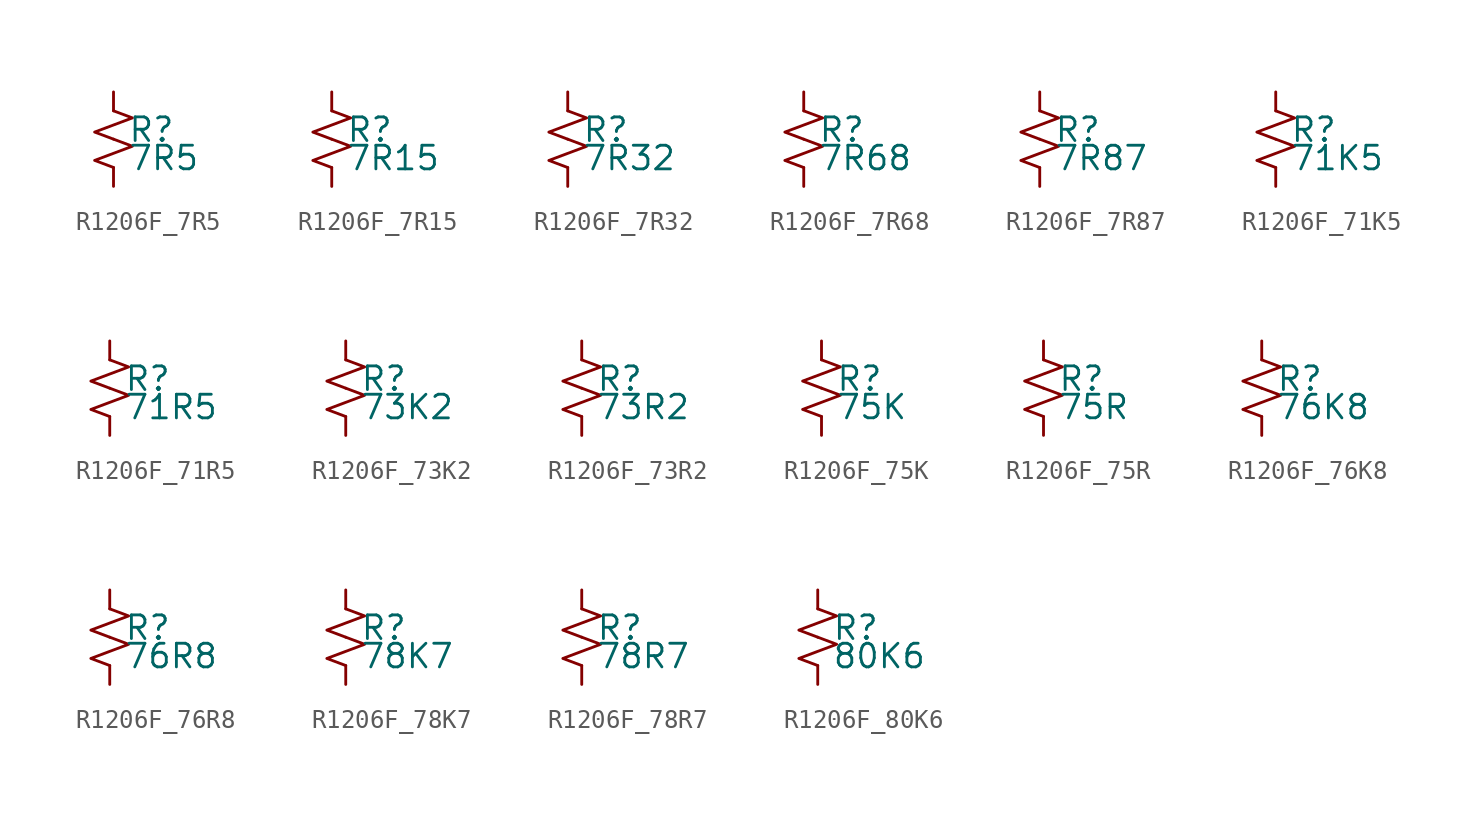
<source format=kicad_sym>
(kicad_symbol_lib
  (version 20220914)
  (generator kicad_symbol_editor)
  (symbol "R1206F_7R5"
    (pin_numbers hide)
    (pin_names
      (offset 0.254) hide)
    (property "Reference" "R"
      (at 0.762 0.508 0)
      (effects (font (size 1.27 1.27)) (justify left)))
    (property "Value" "7R5"
      (at 0.762 -1.016 0)
      (effects (font (size 1.27 1.27)) (justify left)))
    (symbol "R1206F_7R5_1_1"
      (polyline (pts (xy 0 0) (xy 1.016 -0.381) (xy 0 -0.762) (xy -1.016 -1.143) (xy 0 -1.524)) (stroke (width 0) (type default)) (fill (type none)))
      (polyline (pts (xy 0 1.524) (xy 1.016 1.143) (xy 0 0.762) (xy -1.016 0.381) (xy 0 0)) (stroke (width 0) (type default)) (fill (type none)))
      (pin passive line (at 0 2.54 270) (length 1.016) (name "~" (effects (font (size 1.27 1.27)))) (number "1" (effects (font (size 1.27 1.27)))))
      (pin passive line (at 0 -2.54 90) (length 1.016) (name "~" (effects (font (size 1.27 1.27)))) (number "2" (effects (font (size 1.27 1.27)))))))
  (symbol "R1206F_7R15"
    (pin_numbers hide)
    (pin_names
      (offset 0.254) hide)
    (property "Reference" "R"
      (at 0.762 0.508 0)
      (effects (font (size 1.27 1.27)) (justify left)))
    (property "Value" "7R15"
      (at 0.762 -1.016 0)
      (effects (font (size 1.27 1.27)) (justify left)))
    (symbol "R1206F_7R15_1_1"
      (polyline (pts (xy 0 0) (xy 1.016 -0.381) (xy 0 -0.762) (xy -1.016 -1.143) (xy 0 -1.524)) (stroke (width 0) (type default)) (fill (type none)))
      (polyline (pts (xy 0 1.524) (xy 1.016 1.143) (xy 0 0.762) (xy -1.016 0.381) (xy 0 0)) (stroke (width 0) (type default)) (fill (type none)))
      (pin passive line (at 0 2.54 270) (length 1.016) (name "~" (effects (font (size 1.27 1.27)))) (number "1" (effects (font (size 1.27 1.27)))))
      (pin passive line (at 0 -2.54 90) (length 1.016) (name "~" (effects (font (size 1.27 1.27)))) (number "2" (effects (font (size 1.27 1.27)))))))
  (symbol "R1206F_7R32"
    (pin_numbers hide)
    (pin_names
      (offset 0.254) hide)
    (property "Reference" "R"
      (at 0.762 0.508 0)
      (effects (font (size 1.27 1.27)) (justify left)))
    (property "Value" "7R32"
      (at 0.762 -1.016 0)
      (effects (font (size 1.27 1.27)) (justify left)))
    (symbol "R1206F_7R32_1_1"
      (polyline (pts (xy 0 0) (xy 1.016 -0.381) (xy 0 -0.762) (xy -1.016 -1.143) (xy 0 -1.524)) (stroke (width 0) (type default)) (fill (type none)))
      (polyline (pts (xy 0 1.524) (xy 1.016 1.143) (xy 0 0.762) (xy -1.016 0.381) (xy 0 0)) (stroke (width 0) (type default)) (fill (type none)))
      (pin passive line (at 0 2.54 270) (length 1.016) (name "~" (effects (font (size 1.27 1.27)))) (number "1" (effects (font (size 1.27 1.27)))))
      (pin passive line (at 0 -2.54 90) (length 1.016) (name "~" (effects (font (size 1.27 1.27)))) (number "2" (effects (font (size 1.27 1.27)))))))
  (symbol "R1206F_7R68"
    (pin_numbers hide)
    (pin_names
      (offset 0.254) hide)
    (property "Reference" "R"
      (at 0.762 0.508 0)
      (effects (font (size 1.27 1.27)) (justify left)))
    (property "Value" "7R68"
      (at 0.762 -1.016 0)
      (effects (font (size 1.27 1.27)) (justify left)))
    (symbol "R1206F_7R68_1_1"
      (polyline (pts (xy 0 0) (xy 1.016 -0.381) (xy 0 -0.762) (xy -1.016 -1.143) (xy 0 -1.524)) (stroke (width 0) (type default)) (fill (type none)))
      (polyline (pts (xy 0 1.524) (xy 1.016 1.143) (xy 0 0.762) (xy -1.016 0.381) (xy 0 0)) (stroke (width 0) (type default)) (fill (type none)))
      (pin passive line (at 0 2.54 270) (length 1.016) (name "~" (effects (font (size 1.27 1.27)))) (number "1" (effects (font (size 1.27 1.27)))))
      (pin passive line (at 0 -2.54 90) (length 1.016) (name "~" (effects (font (size 1.27 1.27)))) (number "2" (effects (font (size 1.27 1.27)))))))
  (symbol "R1206F_7R87"
    (pin_numbers hide)
    (pin_names
      (offset 0.254) hide)
    (property "Reference" "R"
      (at 0.762 0.508 0)
      (effects (font (size 1.27 1.27)) (justify left)))
    (property "Value" "7R87"
      (at 0.762 -1.016 0)
      (effects (font (size 1.27 1.27)) (justify left)))
    (symbol "R1206F_7R87_1_1"
      (polyline (pts (xy 0 0) (xy 1.016 -0.381) (xy 0 -0.762) (xy -1.016 -1.143) (xy 0 -1.524)) (stroke (width 0) (type default)) (fill (type none)))
      (polyline (pts (xy 0 1.524) (xy 1.016 1.143) (xy 0 0.762) (xy -1.016 0.381) (xy 0 0)) (stroke (width 0) (type default)) (fill (type none)))
      (pin passive line (at 0 2.54 270) (length 1.016) (name "~" (effects (font (size 1.27 1.27)))) (number "1" (effects (font (size 1.27 1.27)))))
      (pin passive line (at 0 -2.54 90) (length 1.016) (name "~" (effects (font (size 1.27 1.27)))) (number "2" (effects (font (size 1.27 1.27)))))))
  (symbol "R1206F_71K5"
    (pin_numbers hide)
    (pin_names
      (offset 0.254) hide)
    (property "Reference" "R"
      (at 0.762 0.508 0)
      (effects (font (size 1.27 1.27)) (justify left)))
    (property "Value" "71K5"
      (at 0.762 -1.016 0)
      (effects (font (size 1.27 1.27)) (justify left)))
    (symbol "R1206F_71K5_1_1"
      (polyline (pts (xy 0 0) (xy 1.016 -0.381) (xy 0 -0.762) (xy -1.016 -1.143) (xy 0 -1.524)) (stroke (width 0) (type default)) (fill (type none)))
      (polyline (pts (xy 0 1.524) (xy 1.016 1.143) (xy 0 0.762) (xy -1.016 0.381) (xy 0 0)) (stroke (width 0) (type default)) (fill (type none)))
      (pin passive line (at 0 2.54 270) (length 1.016) (name "~" (effects (font (size 1.27 1.27)))) (number "1" (effects (font (size 1.27 1.27)))))
      (pin passive line (at 0 -2.54 90) (length 1.016) (name "~" (effects (font (size 1.27 1.27)))) (number "2" (effects (font (size 1.27 1.27)))))))
  (symbol "R1206F_71R5"
    (pin_numbers hide)
    (pin_names
      (offset 0.254) hide)
    (property "Reference" "R"
      (at 0.762 0.508 0)
      (effects (font (size 1.27 1.27)) (justify left)))
    (property "Value" "71R5"
      (at 0.762 -1.016 0)
      (effects (font (size 1.27 1.27)) (justify left)))
    (symbol "R1206F_71R5_1_1"
      (polyline (pts (xy 0 0) (xy 1.016 -0.381) (xy 0 -0.762) (xy -1.016 -1.143) (xy 0 -1.524)) (stroke (width 0) (type default)) (fill (type none)))
      (polyline (pts (xy 0 1.524) (xy 1.016 1.143) (xy 0 0.762) (xy -1.016 0.381) (xy 0 0)) (stroke (width 0) (type default)) (fill (type none)))
      (pin passive line (at 0 2.54 270) (length 1.016) (name "~" (effects (font (size 1.27 1.27)))) (number "1" (effects (font (size 1.27 1.27)))))
      (pin passive line (at 0 -2.54 90) (length 1.016) (name "~" (effects (font (size 1.27 1.27)))) (number "2" (effects (font (size 1.27 1.27)))))))
  (symbol "R1206F_73K2"
    (pin_numbers hide)
    (pin_names
      (offset 0.254) hide)
    (property "Reference" "R"
      (at 0.762 0.508 0)
      (effects (font (size 1.27 1.27)) (justify left)))
    (property "Value" "73K2"
      (at 0.762 -1.016 0)
      (effects (font (size 1.27 1.27)) (justify left)))
    (symbol "R1206F_73K2_1_1"
      (polyline (pts (xy 0 0) (xy 1.016 -0.381) (xy 0 -0.762) (xy -1.016 -1.143) (xy 0 -1.524)) (stroke (width 0) (type default)) (fill (type none)))
      (polyline (pts (xy 0 1.524) (xy 1.016 1.143) (xy 0 0.762) (xy -1.016 0.381) (xy 0 0)) (stroke (width 0) (type default)) (fill (type none)))
      (pin passive line (at 0 2.54 270) (length 1.016) (name "~" (effects (font (size 1.27 1.27)))) (number "1" (effects (font (size 1.27 1.27)))))
      (pin passive line (at 0 -2.54 90) (length 1.016) (name "~" (effects (font (size 1.27 1.27)))) (number "2" (effects (font (size 1.27 1.27)))))))
  (symbol "R1206F_73R2"
    (pin_numbers hide)
    (pin_names
      (offset 0.254) hide)
    (property "Reference" "R"
      (at 0.762 0.508 0)
      (effects (font (size 1.27 1.27)) (justify left)))
    (property "Value" "73R2"
      (at 0.762 -1.016 0)
      (effects (font (size 1.27 1.27)) (justify left)))
    (symbol "R1206F_73R2_1_1"
      (polyline (pts (xy 0 0) (xy 1.016 -0.381) (xy 0 -0.762) (xy -1.016 -1.143) (xy 0 -1.524)) (stroke (width 0) (type default)) (fill (type none)))
      (polyline (pts (xy 0 1.524) (xy 1.016 1.143) (xy 0 0.762) (xy -1.016 0.381) (xy 0 0)) (stroke (width 0) (type default)) (fill (type none)))
      (pin passive line (at 0 2.54 270) (length 1.016) (name "~" (effects (font (size 1.27 1.27)))) (number "1" (effects (font (size 1.27 1.27)))))
      (pin passive line (at 0 -2.54 90) (length 1.016) (name "~" (effects (font (size 1.27 1.27)))) (number "2" (effects (font (size 1.27 1.27)))))))
  (symbol "R1206F_75K"
    (pin_numbers hide)
    (pin_names
      (offset 0.254) hide)
    (property "Reference" "R"
      (at 0.762 0.508 0)
      (effects (font (size 1.27 1.27)) (justify left)))
    (property "Value" "75K"
      (at 0.762 -1.016 0)
      (effects (font (size 1.27 1.27)) (justify left)))
    (symbol "R1206F_75K_1_1"
      (polyline (pts (xy 0 0) (xy 1.016 -0.381) (xy 0 -0.762) (xy -1.016 -1.143) (xy 0 -1.524)) (stroke (width 0) (type default)) (fill (type none)))
      (polyline (pts (xy 0 1.524) (xy 1.016 1.143) (xy 0 0.762) (xy -1.016 0.381) (xy 0 0)) (stroke (width 0) (type default)) (fill (type none)))
      (pin passive line (at 0 2.54 270) (length 1.016) (name "~" (effects (font (size 1.27 1.27)))) (number "1" (effects (font (size 1.27 1.27)))))
      (pin passive line (at 0 -2.54 90) (length 1.016) (name "~" (effects (font (size 1.27 1.27)))) (number "2" (effects (font (size 1.27 1.27)))))))
  (symbol "R1206F_75R"
    (pin_numbers hide)
    (pin_names
      (offset 0.254) hide)
    (property "Reference" "R"
      (at 0.762 0.508 0)
      (effects (font (size 1.27 1.27)) (justify left)))
    (property "Value" "75R"
      (at 0.762 -1.016 0)
      (effects (font (size 1.27 1.27)) (justify left)))
    (symbol "R1206F_75R_1_1"
      (polyline (pts (xy 0 0) (xy 1.016 -0.381) (xy 0 -0.762) (xy -1.016 -1.143) (xy 0 -1.524)) (stroke (width 0) (type default)) (fill (type none)))
      (polyline (pts (xy 0 1.524) (xy 1.016 1.143) (xy 0 0.762) (xy -1.016 0.381) (xy 0 0)) (stroke (width 0) (type default)) (fill (type none)))
      (pin passive line (at 0 2.54 270) (length 1.016) (name "~" (effects (font (size 1.27 1.27)))) (number "1" (effects (font (size 1.27 1.27)))))
      (pin passive line (at 0 -2.54 90) (length 1.016) (name "~" (effects (font (size 1.27 1.27)))) (number "2" (effects (font (size 1.27 1.27)))))))
  (symbol "R1206F_76K8"
    (pin_numbers hide)
    (pin_names
      (offset 0.254) hide)
    (property "Reference" "R"
      (at 0.762 0.508 0)
      (effects (font (size 1.27 1.27)) (justify left)))
    (property "Value" "76K8"
      (at 0.762 -1.016 0)
      (effects (font (size 1.27 1.27)) (justify left)))
    (symbol "R1206F_76K8_1_1"
      (polyline (pts (xy 0 0) (xy 1.016 -0.381) (xy 0 -0.762) (xy -1.016 -1.143) (xy 0 -1.524)) (stroke (width 0) (type default)) (fill (type none)))
      (polyline (pts (xy 0 1.524) (xy 1.016 1.143) (xy 0 0.762) (xy -1.016 0.381) (xy 0 0)) (stroke (width 0) (type default)) (fill (type none)))
      (pin passive line (at 0 2.54 270) (length 1.016) (name "~" (effects (font (size 1.27 1.27)))) (number "1" (effects (font (size 1.27 1.27)))))
      (pin passive line (at 0 -2.54 90) (length 1.016) (name "~" (effects (font (size 1.27 1.27)))) (number "2" (effects (font (size 1.27 1.27)))))))
  (symbol "R1206F_76R8"
    (pin_numbers hide)
    (pin_names
      (offset 0.254) hide)
    (property "Reference" "R"
      (at 0.762 0.508 0)
      (effects (font (size 1.27 1.27)) (justify left)))
    (property "Value" "76R8"
      (at 0.762 -1.016 0)
      (effects (font (size 1.27 1.27)) (justify left)))
    (symbol "R1206F_76R8_1_1"
      (polyline (pts (xy 0 0) (xy 1.016 -0.381) (xy 0 -0.762) (xy -1.016 -1.143) (xy 0 -1.524)) (stroke (width 0) (type default)) (fill (type none)))
      (polyline (pts (xy 0 1.524) (xy 1.016 1.143) (xy 0 0.762) (xy -1.016 0.381) (xy 0 0)) (stroke (width 0) (type default)) (fill (type none)))
      (pin passive line (at 0 2.54 270) (length 1.016) (name "~" (effects (font (size 1.27 1.27)))) (number "1" (effects (font (size 1.27 1.27)))))
      (pin passive line (at 0 -2.54 90) (length 1.016) (name "~" (effects (font (size 1.27 1.27)))) (number "2" (effects (font (size 1.27 1.27)))))))
  (symbol "R1206F_78K7"
    (pin_numbers hide)
    (pin_names
      (offset 0.254) hide)
    (property "Reference" "R"
      (at 0.762 0.508 0)
      (effects (font (size 1.27 1.27)) (justify left)))
    (property "Value" "78K7"
      (at 0.762 -1.016 0)
      (effects (font (size 1.27 1.27)) (justify left)))
    (symbol "R1206F_78K7_1_1"
      (polyline (pts (xy 0 0) (xy 1.016 -0.381) (xy 0 -0.762) (xy -1.016 -1.143) (xy 0 -1.524)) (stroke (width 0) (type default)) (fill (type none)))
      (polyline (pts (xy 0 1.524) (xy 1.016 1.143) (xy 0 0.762) (xy -1.016 0.381) (xy 0 0)) (stroke (width 0) (type default)) (fill (type none)))
      (pin passive line (at 0 2.54 270) (length 1.016) (name "~" (effects (font (size 1.27 1.27)))) (number "1" (effects (font (size 1.27 1.27)))))
      (pin passive line (at 0 -2.54 90) (length 1.016) (name "~" (effects (font (size 1.27 1.27)))) (number "2" (effects (font (size 1.27 1.27)))))))
  (symbol "R1206F_78R7"
    (pin_numbers hide)
    (pin_names
      (offset 0.254) hide)
    (property "Reference" "R"
      (at 0.762 0.508 0)
      (effects (font (size 1.27 1.27)) (justify left)))
    (property "Value" "78R7"
      (at 0.762 -1.016 0)
      (effects (font (size 1.27 1.27)) (justify left)))
    (symbol "R1206F_78R7_1_1"
      (polyline (pts (xy 0 0) (xy 1.016 -0.381) (xy 0 -0.762) (xy -1.016 -1.143) (xy 0 -1.524)) (stroke (width 0) (type default)) (fill (type none)))
      (polyline (pts (xy 0 1.524) (xy 1.016 1.143) (xy 0 0.762) (xy -1.016 0.381) (xy 0 0)) (stroke (width 0) (type default)) (fill (type none)))
      (pin passive line (at 0 2.54 270) (length 1.016) (name "~" (effects (font (size 1.27 1.27)))) (number "1" (effects (font (size 1.27 1.27)))))
      (pin passive line (at 0 -2.54 90) (length 1.016) (name "~" (effects (font (size 1.27 1.27)))) (number "2" (effects (font (size 1.27 1.27)))))))
  (symbol "R1206F_80K6"
    (pin_numbers hide)
    (pin_names
      (offset 0.254) hide)
    (property "Reference" "R"
      (at 0.762 0.508 0)
      (effects (font (size 1.27 1.27)) (justify left)))
    (property "Value" "80K6"
      (at 0.762 -1.016 0)
      (effects (font (size 1.27 1.27)) (justify left)))
    (symbol "R1206F_80K6_1_1"
      (polyline (pts (xy 0 0) (xy 1.016 -0.381) (xy 0 -0.762) (xy -1.016 -1.143) (xy 0 -1.524)) (stroke (width 0) (type default)) (fill (type none)))
      (polyline (pts (xy 0 1.524) (xy 1.016 1.143) (xy 0 0.762) (xy -1.016 0.381) (xy 0 0)) (stroke (width 0) (type default)) (fill (type none)))
      (pin passive line (at 0 2.54 270) (length 1.016) (name "~" (effects (font (size 1.27 1.27)))) (number "1" (effects (font (size 1.27 1.27)))))
      (pin passive line (at 0 -2.54 90) (length 1.016) (name "~" (effects (font (size 1.27 1.27)))) (number "2" (effects (font (size 1.27 1.27))))))))
</source>
